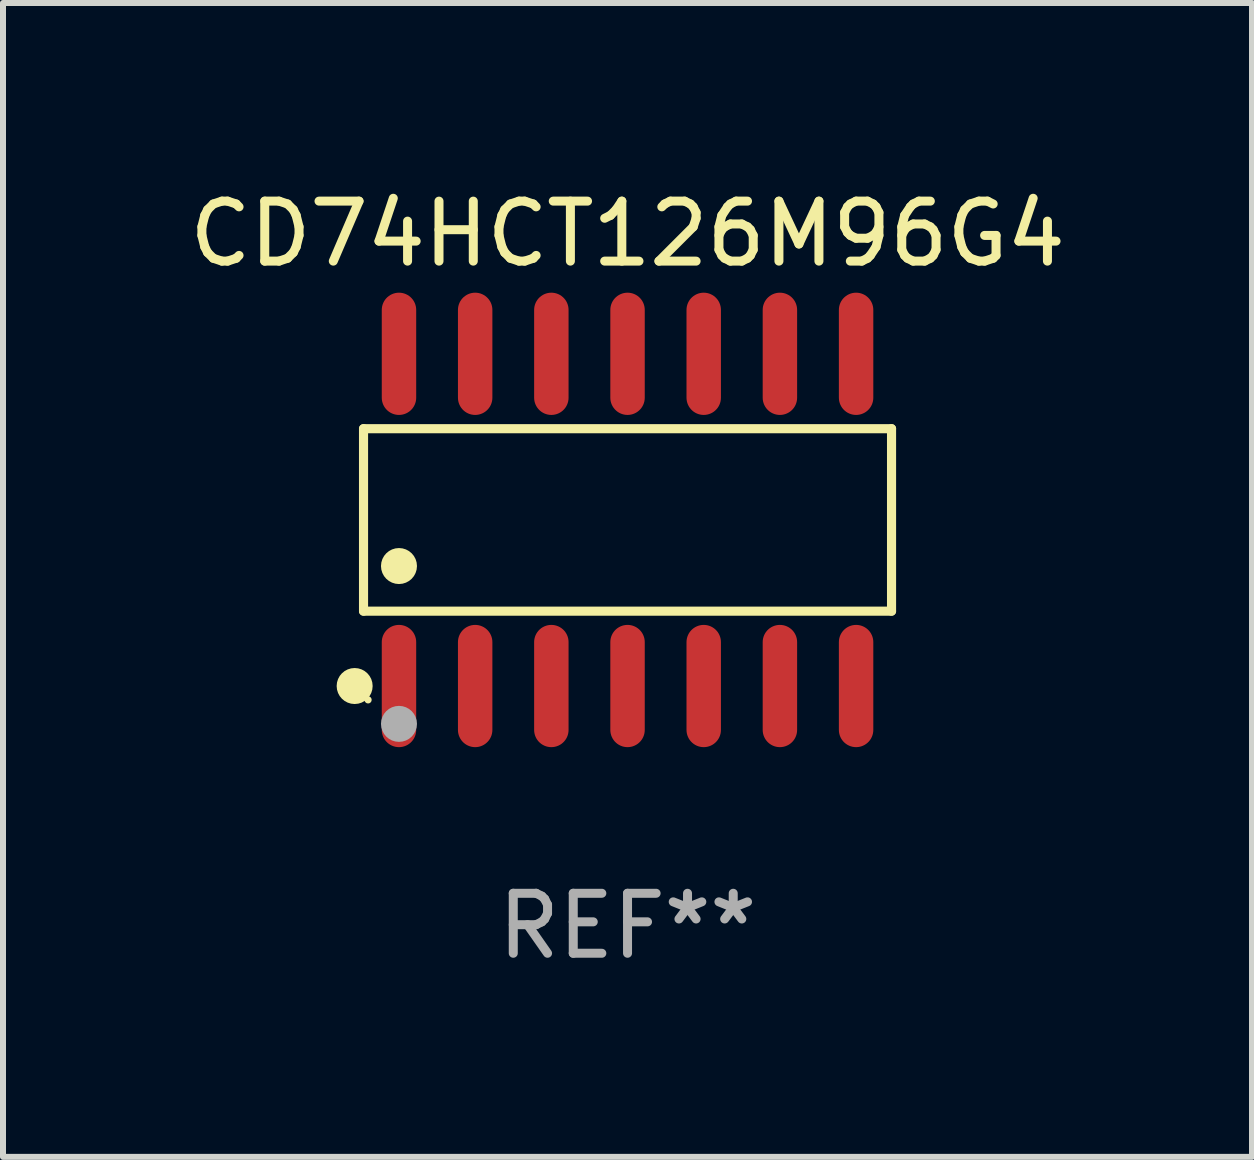
<source format=kicad_pcb>
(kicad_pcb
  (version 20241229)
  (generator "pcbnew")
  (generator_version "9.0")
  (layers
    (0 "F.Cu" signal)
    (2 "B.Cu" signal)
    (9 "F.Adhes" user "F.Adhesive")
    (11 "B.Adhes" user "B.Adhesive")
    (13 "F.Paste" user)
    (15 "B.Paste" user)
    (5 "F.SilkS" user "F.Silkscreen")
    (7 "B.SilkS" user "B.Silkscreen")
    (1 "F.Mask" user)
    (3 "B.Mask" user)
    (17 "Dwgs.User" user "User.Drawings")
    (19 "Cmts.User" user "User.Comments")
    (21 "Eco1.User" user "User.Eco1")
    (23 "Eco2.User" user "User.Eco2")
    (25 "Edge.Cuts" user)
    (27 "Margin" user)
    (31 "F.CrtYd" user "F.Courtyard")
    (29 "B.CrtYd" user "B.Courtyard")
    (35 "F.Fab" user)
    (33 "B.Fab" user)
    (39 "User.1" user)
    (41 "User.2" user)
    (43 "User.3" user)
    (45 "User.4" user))
  (footprint "CD74HCT126M96G4"
    (layer "F.Cu")
    (at 7.411 5.617)
    (property "Reference" "CD74HCT126M96G4" (at 0 -4.769 0) (layer "F.SilkS") (effects (font (size 1 1) (thickness 0.15))))
    (attr through_hole)
    (fp_line (start -4.401 -1.521) (end 4.401 -1.521) (stroke (width 0.152) (type solid)) (layer "F.SilkS"))
    (fp_line (start -4.401 1.521) (end -4.401 -1.521) (stroke (width 0.152) (type solid)) (layer "F.SilkS"))
    (fp_line (start 4.401 -1.521) (end 4.401 1.521) (stroke (width 0.152) (type solid)) (layer "F.SilkS"))
    (fp_line (start 4.401 1.521) (end -4.401 1.521) (stroke (width 0.152) (type solid)) (layer "F.SilkS"))
    (fp_circle (center -4.549 2.769) (end -4.399 2.769) (stroke (width 0.3) (type solid)) (fill no) (layer "F.SilkS"))
    (fp_circle (center -4.325 3) (end -4.295 3) (stroke (width 0.06) (type solid)) (fill no) (layer "F.SilkS"))
    (fp_circle (center -3.81 0.769) (end -3.66 0.769) (stroke (width 0.3) (type solid)) (fill no) (layer "F.SilkS"))
    (fp_circle (center -3.81 3.4) (end -3.66 3.4) (stroke (width 0.3) (type solid)) (fill no) (layer "F.Fab"))
    (fp_text user "REF**" (at 0 6.769 0) (layer "F.Fab") (effects (font (size 1 1) (thickness 0.15))))
    (pad "1" smd oval (at -3.81 2.769) (size 0.574 2.038) (layers "F.Cu" "F.Mask" "F.Paste"))
    (pad "2" smd oval (at -2.54 2.769) (size 0.574 2.038) (layers "F.Cu" "F.Mask" "F.Paste"))
    (pad "3" smd oval (at -1.27 2.769) (size 0.574 2.038) (layers "F.Cu" "F.Mask" "F.Paste"))
    (pad "4" smd oval (at 0 2.769) (size 0.574 2.038) (layers "F.Cu" "F.Mask" "F.Paste"))
    (pad "5" smd oval (at 1.27 2.769) (size 0.574 2.038) (layers "F.Cu" "F.Mask" "F.Paste"))
    (pad "6" smd oval (at 2.54 2.769) (size 0.574 2.038) (layers "F.Cu" "F.Mask" "F.Paste"))
    (pad "7" smd oval (at 3.81 2.769) (size 0.574 2.038) (layers "F.Cu" "F.Mask" "F.Paste"))
    (pad "8" smd oval (at 3.81 -2.769) (size 0.574 2.038) (layers "F.Cu" "F.Mask" "F.Paste"))
    (pad "9" smd oval (at 2.54 -2.769) (size 0.574 2.038) (layers "F.Cu" "F.Mask" "F.Paste"))
    (pad "10" smd oval (at 1.27 -2.769) (size 0.574 2.038) (layers "F.Cu" "F.Mask" "F.Paste"))
    (pad "11" smd oval (at 0 -2.769) (size 0.574 2.038) (layers "F.Cu" "F.Mask" "F.Paste"))
    (pad "12" smd oval (at -1.27 -2.769) (size 0.574 2.038) (layers "F.Cu" "F.Mask" "F.Paste"))
    (pad "13" smd oval (at -2.54 -2.769) (size 0.574 2.038) (layers "F.Cu" "F.Mask" "F.Paste"))
    (pad "14" smd oval (at -3.81 -2.769) (size 0.574 2.038) (layers "F.Cu" "F.Mask" "F.Paste")))
  (gr_rect
    (start -3 -3)
    (end 17.821 16.235)
    (stroke (width 0.1) (type default))
    (fill no)
    (layer "Edge.Cuts")))
</source>
